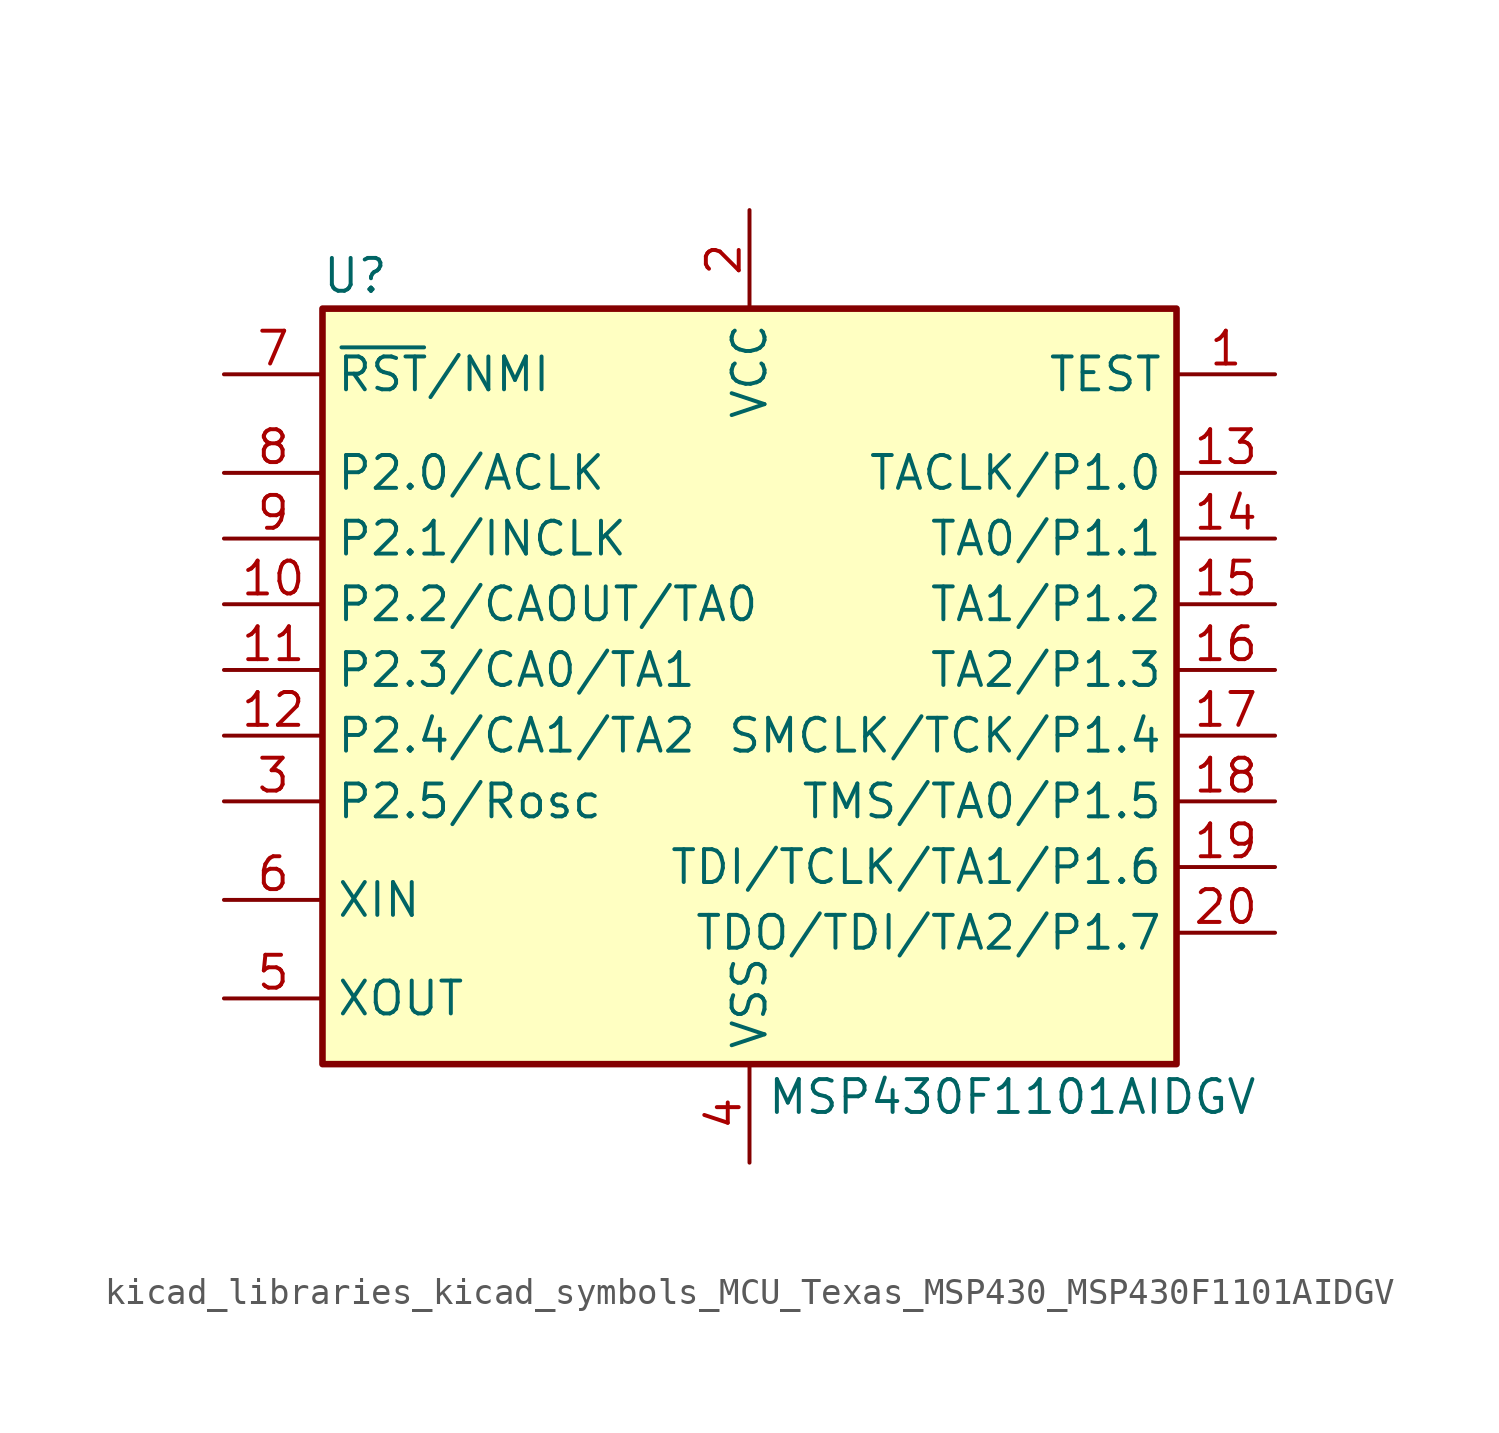
<source format=kicad_sym>
(kicad_symbol_lib
  (version 20220914)
  (generator kicad_symbol_editor)
  (symbol "kicad_libraries_kicad_symbols_MCU_Texas_MSP430_MSP430F1101AIDGV"
    (property "Reference" "U"
      (at -15.24 15.24 0)
      (effects (font (size 1.27 1.27))))
    (property "Value" "MSP430F1101AIDGV"
      (at 10.16 -16.51 0)
      (effects (font (size 1.27 1.27))))
    (symbol "kicad_libraries_kicad_symbols_MCU_Texas_MSP430_MSP430F1101AIDGV_0_1"
      (rectangle (start -16.51 13.97) (end 16.51 -15.24) (stroke (width 0.254) (type default)) (fill (type background))))
    (symbol "kicad_libraries_kicad_symbols_MCU_Texas_MSP430_MSP430F1101AIDGV_1_1"
      (pin input line (at 20.32 11.43 180) (length 3.81) (name "TEST" (effects (font (size 1.27 1.27)))) (number "1" (effects (font (size 1.27 1.27)))))
      (pin bidirectional line (at -20.32 2.54 0) (length 3.81) (name "P2.2/CAOUT/TA0" (effects (font (size 1.27 1.27)))) (number "10" (effects (font (size 1.27 1.27)))))
      (pin bidirectional line (at -20.32 0 0) (length 3.81) (name "P2.3/CA0/TA1" (effects (font (size 1.27 1.27)))) (number "11" (effects (font (size 1.27 1.27)))))
      (pin bidirectional line (at -20.32 -2.54 0) (length 3.81) (name "P2.4/CA1/TA2" (effects (font (size 1.27 1.27)))) (number "12" (effects (font (size 1.27 1.27)))))
      (pin bidirectional line (at 20.32 7.62 180) (length 3.81) (name "TACLK/P1.0" (effects (font (size 1.27 1.27)))) (number "13" (effects (font (size 1.27 1.27)))))
      (pin bidirectional line (at 20.32 5.08 180) (length 3.81) (name "TA0/P1.1" (effects (font (size 1.27 1.27)))) (number "14" (effects (font (size 1.27 1.27)))))
      (pin bidirectional line (at 20.32 2.54 180) (length 3.81) (name "TA1/P1.2" (effects (font (size 1.27 1.27)))) (number "15" (effects (font (size 1.27 1.27)))))
      (pin bidirectional line (at 20.32 0 180) (length 3.81) (name "TA2/P1.3" (effects (font (size 1.27 1.27)))) (number "16" (effects (font (size 1.27 1.27)))))
      (pin bidirectional line (at 20.32 -2.54 180) (length 3.81) (name "SMCLK/TCK/P1.4" (effects (font (size 1.27 1.27)))) (number "17" (effects (font (size 1.27 1.27)))))
      (pin bidirectional line (at 20.32 -5.08 180) (length 3.81) (name "TMS/TA0/P1.5" (effects (font (size 1.27 1.27)))) (number "18" (effects (font (size 1.27 1.27)))))
      (pin bidirectional line (at 20.32 -7.62 180) (length 3.81) (name "TDI/TCLK/TA1/P1.6" (effects (font (size 1.27 1.27)))) (number "19" (effects (font (size 1.27 1.27)))))
      (pin power_in line (at 0 17.78 270) (length 3.81) (name "VCC" (effects (font (size 1.27 1.27)))) (number "2" (effects (font (size 1.27 1.27)))))
      (pin bidirectional line (at 20.32 -10.16 180) (length 3.81) (name "TDO/TDI/TA2/P1.7" (effects (font (size 1.27 1.27)))) (number "20" (effects (font (size 1.27 1.27)))))
      (pin bidirectional line (at -20.32 -5.08 0) (length 3.81) (name "P2.5/Rosc" (effects (font (size 1.27 1.27)))) (number "3" (effects (font (size 1.27 1.27)))))
      (pin power_in line (at 0 -19.05 90) (length 3.81) (name "VSS" (effects (font (size 1.27 1.27)))) (number "4" (effects (font (size 1.27 1.27)))))
      (pin output line (at -20.32 -12.7 0) (length 3.81) (name "XOUT" (effects (font (size 1.27 1.27)))) (number "5" (effects (font (size 1.27 1.27)))))
      (pin input line (at -20.32 -8.89 0) (length 3.81) (name "XIN" (effects (font (size 1.27 1.27)))) (number "6" (effects (font (size 1.27 1.27)))))
      (pin input line (at -20.32 11.43 0) (length 3.81) (name "~{RST}/NMI" (effects (font (size 1.27 1.27)))) (number "7" (effects (font (size 1.27 1.27)))))
      (pin bidirectional line (at -20.32 7.62 0) (length 3.81) (name "P2.0/ACLK" (effects (font (size 1.27 1.27)))) (number "8" (effects (font (size 1.27 1.27)))))
      (pin bidirectional line (at -20.32 5.08 0) (length 3.81) (name "P2.1/INCLK" (effects (font (size 1.27 1.27)))) (number "9" (effects (font (size 1.27 1.27))))))))
</source>
